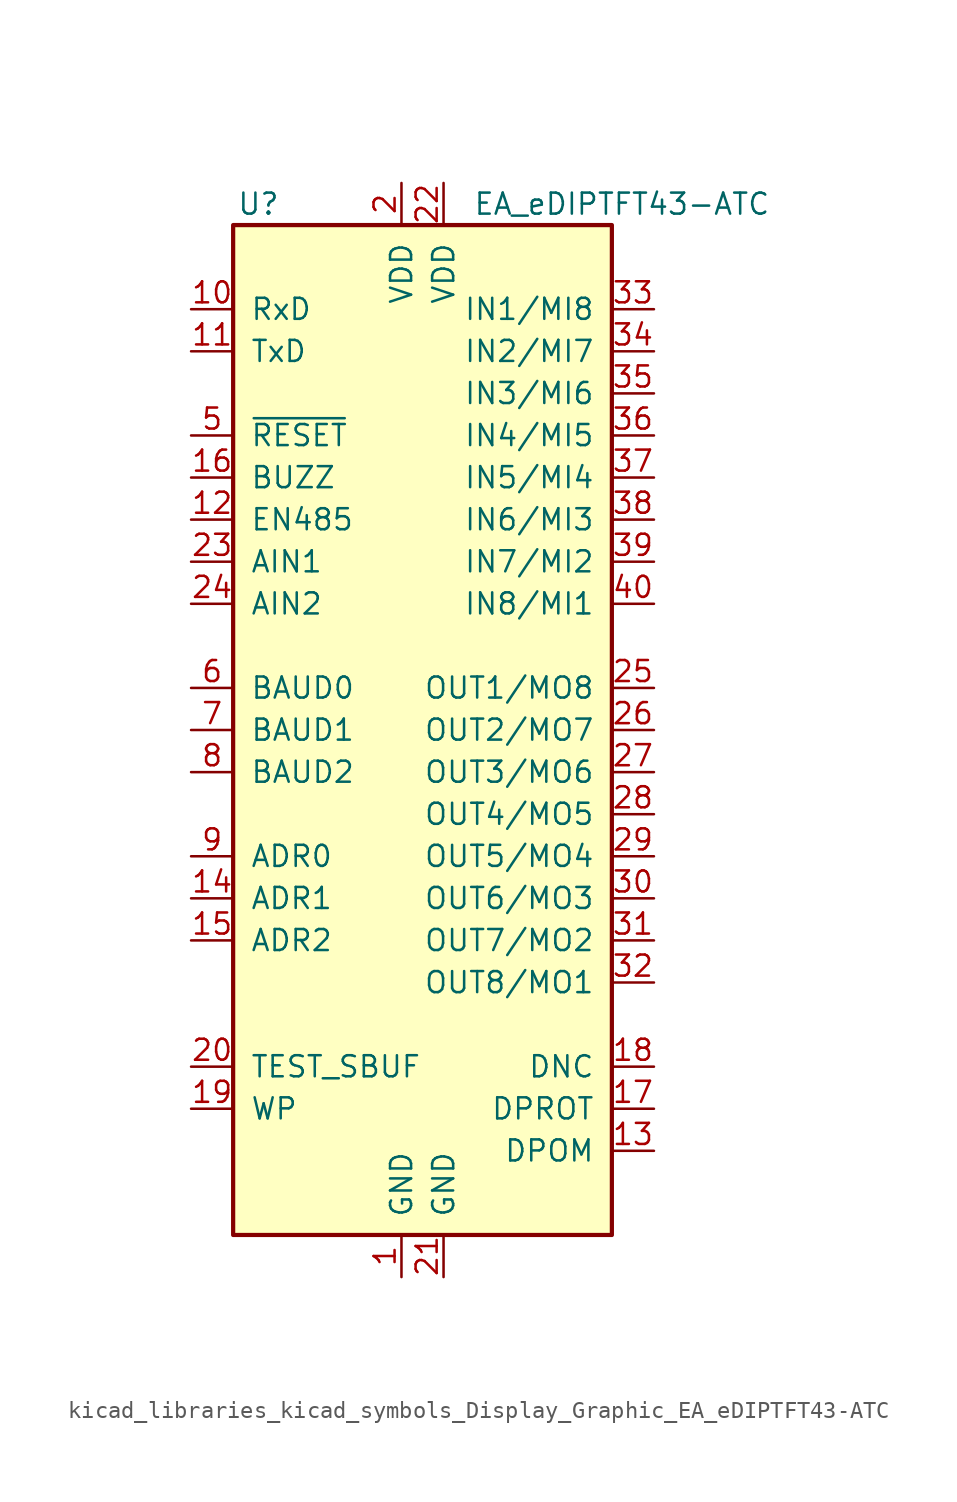
<source format=kicad_sym>
(kicad_symbol_lib
  (version 20220914)
  (generator kicad_symbol_editor)
  (symbol "kicad_libraries_kicad_symbols_Display_Graphic_EA_eDIPTFT43-ATC"
    (pin_names
      (offset 1.016))
    (property "Reference" "U"
      (at -11.176 31.75 0)
      (effects (font (size 1.27 1.27))))
    (property "Value" "EA_eDIPTFT43-ATC"
      (at 1.778 31.75 0)
      (effects (font (size 1.27 1.27)) (justify left)))
    (symbol "kicad_libraries_kicad_symbols_Display_Graphic_EA_eDIPTFT43-ATC_0_1"
      (rectangle (start -12.7 30.48) (end 10.16 -30.48) (stroke (width 0.254) (type default)) (fill (type background))))
    (symbol "kicad_libraries_kicad_symbols_Display_Graphic_EA_eDIPTFT43-ATC_1_1"
      (pin power_in line (at -2.54 -33.02 90) (length 2.54) (name "GND" (effects (font (size 1.27 1.27)))) (number "1" (effects (font (size 1.27 1.27)))))
      (pin input line (at -15.24 25.4 0) (length 2.54) (name "RxD" (effects (font (size 1.27 1.27)))) (number "10" (effects (font (size 1.27 1.27)))))
      (pin output line (at -15.24 22.86 0) (length 2.54) (name "TxD" (effects (font (size 1.27 1.27)))) (number "11" (effects (font (size 1.27 1.27)))))
      (pin output line (at -15.24 12.7 0) (length 2.54) (name "EN485" (effects (font (size 1.27 1.27)))) (number "12" (effects (font (size 1.27 1.27)))))
      (pin input line (at 12.7 -25.4 180) (length 2.54) (name "DPOM" (effects (font (size 1.27 1.27)))) (number "13" (effects (font (size 1.27 1.27)))))
      (pin input line (at -15.24 -10.16 0) (length 2.54) (name "ADR1" (effects (font (size 1.27 1.27)))) (number "14" (effects (font (size 1.27 1.27)))))
      (pin input line (at -15.24 -12.7 0) (length 2.54) (name "ADR2" (effects (font (size 1.27 1.27)))) (number "15" (effects (font (size 1.27 1.27)))))
      (pin output line (at -15.24 15.24 0) (length 2.54) (name "BUZZ" (effects (font (size 1.27 1.27)))) (number "16" (effects (font (size 1.27 1.27)))))
      (pin input line (at 12.7 -22.86 180) (length 2.54) (name "DPROT" (effects (font (size 1.27 1.27)))) (number "17" (effects (font (size 1.27 1.27)))))
      (pin output line (at 12.7 -20.32 180) (length 2.54) (name "DNC" (effects (font (size 1.27 1.27)))) (number "18" (effects (font (size 1.27 1.27)))))
      (pin input line (at -15.24 -22.86 0) (length 2.54) (name "WP" (effects (font (size 1.27 1.27)))) (number "19" (effects (font (size 1.27 1.27)))))
      (pin power_in line (at -2.54 33.02 270) (length 2.54) (name "VDD" (effects (font (size 1.27 1.27)))) (number "2" (effects (font (size 1.27 1.27)))))
      (pin bidirectional line (at -15.24 -20.32 0) (length 2.54) (name "TEST_SBUF" (effects (font (size 1.27 1.27)))) (number "20" (effects (font (size 1.27 1.27)))))
      (pin power_in line (at 0 -33.02 90) (length 2.54) (name "GND" (effects (font (size 1.27 1.27)))) (number "21" (effects (font (size 1.27 1.27)))))
      (pin power_in line (at 0 33.02 270) (length 2.54) (name "VDD" (effects (font (size 1.27 1.27)))) (number "22" (effects (font (size 1.27 1.27)))))
      (pin input line (at -15.24 10.16 0) (length 2.54) (name "AIN1" (effects (font (size 1.27 1.27)))) (number "23" (effects (font (size 1.27 1.27)))))
      (pin input line (at -15.24 7.62 0) (length 2.54) (name "AIN2" (effects (font (size 1.27 1.27)))) (number "24" (effects (font (size 1.27 1.27)))))
      (pin output line (at 12.7 2.54 180) (length 2.54) (name "OUT1/MO8" (effects (font (size 1.27 1.27)))) (number "25" (effects (font (size 1.27 1.27)))))
      (pin output line (at 12.7 0 180) (length 2.54) (name "OUT2/MO7" (effects (font (size 1.27 1.27)))) (number "26" (effects (font (size 1.27 1.27)))))
      (pin output line (at 12.7 -2.54 180) (length 2.54) (name "OUT3/MO6" (effects (font (size 1.27 1.27)))) (number "27" (effects (font (size 1.27 1.27)))))
      (pin output line (at 12.7 -5.08 180) (length 2.54) (name "OUT4/MO5" (effects (font (size 1.27 1.27)))) (number "28" (effects (font (size 1.27 1.27)))))
      (pin output line (at 12.7 -7.62 180) (length 2.54) (name "OUT5/MO4" (effects (font (size 1.27 1.27)))) (number "29" (effects (font (size 1.27 1.27)))))
      (pin no_connect line (at 10.16 -27.94 180) (length 2.54) hide (name "NC" (effects (font (size 1.27 1.27)))) (number "3" (effects (font (size 1.27 1.27)))))
      (pin output line (at 12.7 -10.16 180) (length 2.54) (name "OUT6/MO3" (effects (font (size 1.27 1.27)))) (number "30" (effects (font (size 1.27 1.27)))))
      (pin output line (at 12.7 -12.7 180) (length 2.54) (name "OUT7/MO2" (effects (font (size 1.27 1.27)))) (number "31" (effects (font (size 1.27 1.27)))))
      (pin output line (at 12.7 -15.24 180) (length 2.54) (name "OUT8/MO1" (effects (font (size 1.27 1.27)))) (number "32" (effects (font (size 1.27 1.27)))))
      (pin input line (at 12.7 25.4 180) (length 2.54) (name "IN1/MI8" (effects (font (size 1.27 1.27)))) (number "33" (effects (font (size 1.27 1.27)))))
      (pin input line (at 12.7 22.86 180) (length 2.54) (name "IN2/MI7" (effects (font (size 1.27 1.27)))) (number "34" (effects (font (size 1.27 1.27)))))
      (pin input line (at 12.7 20.32 180) (length 2.54) (name "IN3/MI6" (effects (font (size 1.27 1.27)))) (number "35" (effects (font (size 1.27 1.27)))))
      (pin input line (at 12.7 17.78 180) (length 2.54) (name "IN4/MI5" (effects (font (size 1.27 1.27)))) (number "36" (effects (font (size 1.27 1.27)))))
      (pin input line (at 12.7 15.24 180) (length 2.54) (name "IN5/MI4" (effects (font (size 1.27 1.27)))) (number "37" (effects (font (size 1.27 1.27)))))
      (pin input line (at 12.7 12.7 180) (length 2.54) (name "IN6/MI3" (effects (font (size 1.27 1.27)))) (number "38" (effects (font (size 1.27 1.27)))))
      (pin input line (at 12.7 10.16 180) (length 2.54) (name "IN7/MI2" (effects (font (size 1.27 1.27)))) (number "39" (effects (font (size 1.27 1.27)))))
      (pin no_connect line (at -12.7 -27.94 0) (length 2.54) hide (name "NC" (effects (font (size 1.27 1.27)))) (number "4" (effects (font (size 1.27 1.27)))))
      (pin input line (at 12.7 7.62 180) (length 2.54) (name "IN8/MI1" (effects (font (size 1.27 1.27)))) (number "40" (effects (font (size 1.27 1.27)))))
      (pin input line (at -15.24 17.78 0) (length 2.54) (name "~{RESET}" (effects (font (size 1.27 1.27)))) (number "5" (effects (font (size 1.27 1.27)))))
      (pin input line (at -15.24 2.54 0) (length 2.54) (name "BAUD0" (effects (font (size 1.27 1.27)))) (number "6" (effects (font (size 1.27 1.27)))))
      (pin input line (at -15.24 0 0) (length 2.54) (name "BAUD1" (effects (font (size 1.27 1.27)))) (number "7" (effects (font (size 1.27 1.27)))))
      (pin input line (at -15.24 -2.54 0) (length 2.54) (name "BAUD2" (effects (font (size 1.27 1.27)))) (number "8" (effects (font (size 1.27 1.27)))))
      (pin input line (at -15.24 -7.62 0) (length 2.54) (name "ADR0" (effects (font (size 1.27 1.27)))) (number "9" (effects (font (size 1.27 1.27))))))))
</source>
